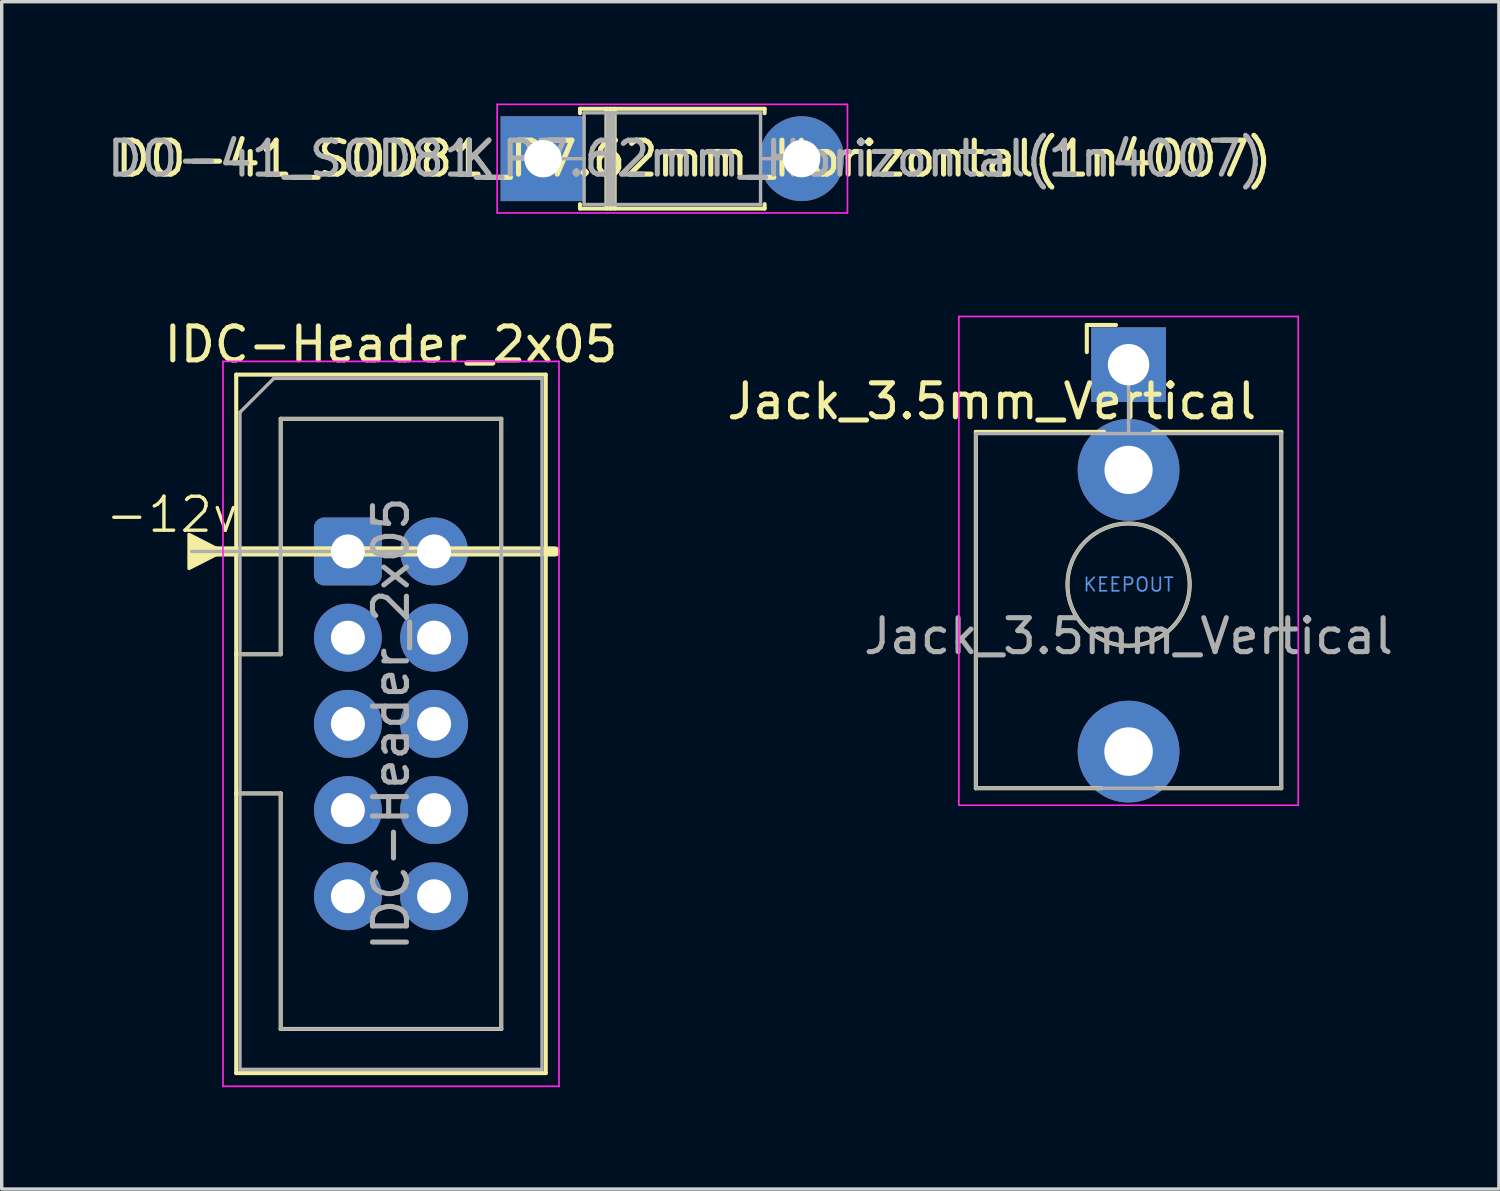
<source format=kicad_pcb>
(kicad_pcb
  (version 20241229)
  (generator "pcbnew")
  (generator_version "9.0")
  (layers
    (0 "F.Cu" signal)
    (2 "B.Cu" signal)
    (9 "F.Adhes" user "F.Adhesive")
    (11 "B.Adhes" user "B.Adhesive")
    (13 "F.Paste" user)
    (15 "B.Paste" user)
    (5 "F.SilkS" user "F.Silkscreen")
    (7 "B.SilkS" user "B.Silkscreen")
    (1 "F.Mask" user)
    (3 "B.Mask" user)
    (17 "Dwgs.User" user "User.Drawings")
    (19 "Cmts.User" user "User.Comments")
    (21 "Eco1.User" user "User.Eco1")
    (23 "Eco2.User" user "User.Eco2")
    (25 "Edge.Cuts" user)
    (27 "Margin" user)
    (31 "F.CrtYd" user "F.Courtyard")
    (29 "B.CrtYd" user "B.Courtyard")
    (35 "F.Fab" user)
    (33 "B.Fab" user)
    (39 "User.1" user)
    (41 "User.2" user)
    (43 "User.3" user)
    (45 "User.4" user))
  (footprint "Jack_3.5mm_Vertical"
    (layer "F.Cu")
    (at 30.202 14.175)
    (property "Reference" "Jack_3.5mm_Vertical" (at -4.03 -5.4 180) (layer "F.SilkS") (effects (font (size 1 1) (thickness 0.15))))
    (attr through_hole)
    (fp_line (start -4.5 -4.5) (end -4.5 6) (stroke (width 0.12) (type solid)) (layer "F.SilkS"))
    (fp_line (start -1.23 -7.65) (end -1.23 -6.85) (stroke (width 0.12) (type solid)) (layer "F.SilkS"))
    (fp_line (start -1.23 -7.65) (end -0.37 -7.65) (stroke (width 0.12) (type solid)) (layer "F.SilkS"))
    (fp_line (start -0.8 6) (end -4.5 6) (stroke (width 0.12) (type solid)) (layer "F.SilkS"))
    (fp_line (start -0.72 -4.5) (end -4.5 -4.5) (stroke (width 0.12) (type solid)) (layer "F.SilkS"))
    (fp_line (start 4.5 -4.5) (end 0.72 -4.5) (stroke (width 0.12) (type solid)) (layer "F.SilkS"))
    (fp_line (start 4.5 -4.5) (end 4.5 6) (stroke (width 0.12) (type solid)) (layer "F.SilkS"))
    (fp_line (start 4.5 6) (end 0.8 6) (stroke (width 0.12) (type solid)) (layer "F.SilkS"))
    (fp_circle (center 0 0) (end 1.8 0) (stroke (width 0.12) (type solid)) (fill no) (layer "F.SilkS"))
    (fp_line (start -5 6.5) (end -5 -7.9) (stroke (width 0.05) (type solid)) (layer "F.CrtYd"))
    (fp_line (start 5 -7.9) (end -5 -7.9) (stroke (width 0.05) (type solid)) (layer "F.CrtYd"))
    (fp_line (start 5 6.5) (end -5 6.5) (stroke (width 0.05) (type solid)) (layer "F.CrtYd"))
    (fp_line (start 5 6.5) (end 5 -7.9) (stroke (width 0.05) (type solid)) (layer "F.CrtYd"))
    (fp_line (start -4.5 6) (end -4.5 -4.4) (stroke (width 0.1) (type solid)) (layer "F.Fab"))
    (fp_line (start 0 -6.48) (end 0 -4.45) (stroke (width 0.1) (type solid)) (layer "F.Fab"))
    (fp_line (start 4.5 -4.45) (end -4.5 -4.45) (stroke (width 0.1) (type solid)) (layer "F.Fab"))
    (fp_line (start 4.5 6) (end -4.5 6) (stroke (width 0.1) (type solid)) (layer "F.Fab"))
    (fp_line (start 4.5 6) (end 4.5 -4.4) (stroke (width 0.1) (type solid)) (layer "F.Fab"))
    (fp_circle (center 0 0) (end 1.8 0) (stroke (width 0.1) (type solid)) (fill no) (layer "F.Fab"))
    (fp_text user "KEEPOUT" (at 0 0 0) (layer "Cmts.User") (effects (font (size 0.4 0.4) (thickness 0.051))))
    (fp_text user "${REFERENCE}" (at 0 1.52 180) (layer "F.Fab") (effects (font (size 1 1) (thickness 0.15))))
    (pad "S" thru_hole rect (at 0 -6.48 180) (size 2.2 2.2) (drill 1.22) (layers "*.Cu" "*.Mask"))
    (pad "T" thru_hole circle (at 0 4.92 180) (size 3 3) (drill 1.43) (layers "*.Cu" "*.Mask"))
    (pad "TN" thru_hole circle (at 0 -3.38 180) (size 3 3) (drill 1.42) (layers "*.Cu" "*.Mask"))
    (zone (net_name "") (layer "F.Cu") (hatch full 0.508) (connect_pads) (min_thickness 0.254) (filled_areas_thickness no) (keepout (tracks not_allowed) (vias not_allowed) (pads not_allowed) (copperpour not_allowed) (footprints not_allowed)) (placement (enabled no)) (fill) (polygon (pts (xy 31.708 14.175) (xy 31.687 13.929) (xy 31.627 13.69) (xy 31.529 13.464) (xy 31.395 13.257) (xy 31.229 13.074) (xy 31.035 12.921) (xy 30.819 12.802) (xy 30.587 12.72) (xy 30.344 12.677) (xy 30.097 12.674) (xy 29.854 12.711) (xy 29.619 12.787) (xy 29.4 12.901) (xy 29.203 13.049) (xy 29.033 13.228) (xy 28.894 13.432) (xy 28.79 13.655) (xy 28.724 13.893) (xy 28.698 14.138) (xy 28.712 14.384) (xy 28.766 14.625) (xy 28.859 14.854) (xy 28.988 15.064) (xy 29.149 15.25) (xy 29.339 15.408) (xy 29.552 15.532) (xy 29.782 15.62) (xy 30.024 15.67) (xy 30.271 15.679) (xy 30.515 15.647) (xy 30.752 15.576) (xy 30.973 15.468) (xy 31.174 15.325) (xy 31.349 15.151) (xy 31.493 14.95) (xy 31.602 14.729) (xy 31.674 14.493) (xy 31.706 14.249)))))
  (footprint "DO-41_SOD81_P7.62mm_Horizontal(1n4007)"
    (layer "F.Cu")
    (at 12.949 1.625)
    (property "Reference" "DO-41_SOD81_P7.62mm_Horizontal(1n4007)" (at 4.445 0 0) (layer "F.SilkS") (effects (font (size 1 1) (thickness 0.15))))
    (attr through_hole)
    (fp_line (start 1.09 -1.47) (end 6.53 -1.47) (stroke (width 0.12) (type solid)) (layer "F.SilkS"))
    (fp_line (start 1.09 -1.34) (end 1.09 -1.47) (stroke (width 0.12) (type solid)) (layer "F.SilkS"))
    (fp_line (start 1.09 1.34) (end 1.09 1.47) (stroke (width 0.12) (type solid)) (layer "F.SilkS"))
    (fp_line (start 1.09 1.47) (end 6.53 1.47) (stroke (width 0.12) (type solid)) (layer "F.SilkS"))
    (fp_line (start 1.87 -1.47) (end 1.87 1.47) (stroke (width 0.12) (type solid)) (layer "F.SilkS"))
    (fp_line (start 1.99 -1.47) (end 1.99 1.47) (stroke (width 0.12) (type solid)) (layer "F.SilkS"))
    (fp_line (start 2.11 -1.47) (end 2.11 1.47) (stroke (width 0.12) (type solid)) (layer "F.SilkS"))
    (fp_line (start 6.53 -1.47) (end 6.53 -1.34) (stroke (width 0.12) (type solid)) (layer "F.SilkS"))
    (fp_line (start 6.53 1.47) (end 6.53 1.34) (stroke (width 0.12) (type solid)) (layer "F.SilkS"))
    (fp_line (start -1.35 -1.6) (end -1.35 1.6) (stroke (width 0.05) (type solid)) (layer "F.CrtYd"))
    (fp_line (start -1.35 1.6) (end 8.97 1.6) (stroke (width 0.05) (type solid)) (layer "F.CrtYd"))
    (fp_line (start 8.97 -1.6) (end -1.35 -1.6) (stroke (width 0.05) (type solid)) (layer "F.CrtYd"))
    (fp_line (start 8.97 1.6) (end 8.97 -1.6) (stroke (width 0.05) (type solid)) (layer "F.CrtYd"))
    (fp_line (start 0 0) (end 1.21 0) (stroke (width 0.1) (type solid)) (layer "F.Fab"))
    (fp_line (start 1.21 -1.35) (end 1.21 1.35) (stroke (width 0.1) (type solid)) (layer "F.Fab"))
    (fp_line (start 1.21 1.35) (end 6.41 1.35) (stroke (width 0.1) (type solid)) (layer "F.Fab"))
    (fp_line (start 1.89 -1.35) (end 1.89 1.35) (stroke (width 0.1) (type solid)) (layer "F.Fab"))
    (fp_line (start 1.99 -1.35) (end 1.99 1.35) (stroke (width 0.1) (type solid)) (layer "F.Fab"))
    (fp_line (start 2.09 -1.35) (end 2.09 1.35) (stroke (width 0.1) (type solid)) (layer "F.Fab"))
    (fp_line (start 6.41 -1.35) (end 1.21 -1.35) (stroke (width 0.1) (type solid)) (layer "F.Fab"))
    (fp_line (start 6.41 1.35) (end 6.41 -1.35) (stroke (width 0.1) (type solid)) (layer "F.Fab"))
    (fp_line (start 7.62 0) (end 6.41 0) (stroke (width 0.1) (type solid)) (layer "F.Fab"))
    (fp_text user "K" (at -1.905 0 0) (layer "F.SilkS") (effects (font (size 1 1) (thickness 0.15))))
    (fp_text user "${REFERENCE}" (at 4.2 0 0) (layer "F.Fab") (effects (font (size 1 1) (thickness 0.15))))
    (fp_text user "K" (at -1.905 0 0) (layer "F.Fab") (effects (font (size 1 1) (thickness 0.15))))
    (pad "1" thru_hole rect (at 0 0) (size 2.5 2.5) (drill 1.1) (layers "*.Cu" "*.Mask"))
    (pad "2" thru_hole circle (at 7.62 0) (size 2.5 2.5) (drill 1.1) (layers "*.Cu" "*.Mask")))
  (footprint "IDC-Header_2x05"
    (layer "F.Cu")
    (at 7.2 13.198)
    (property "Reference" "IDC-Header_2x05" (at 1.27 -6.1 0) (layer "F.SilkS") (effects (font (size 1 1) (thickness 0.15))))
    (attr through_hole)
    (fp_line (start -4.5 0) (end 6.1 0) (stroke (width 0.3) (type default)) (layer "F.SilkS"))
    (fp_line (start -3.29 -5.21) (end 5.83 -5.21) (stroke (width 0.12) (type solid)) (layer "F.SilkS"))
    (fp_line (start -3.29 3.03) (end -1.98 3.03) (stroke (width 0.12) (type solid)) (layer "F.SilkS"))
    (fp_line (start -3.29 15.37) (end -3.29 -5.21) (stroke (width 0.12) (type solid)) (layer "F.SilkS"))
    (fp_line (start -1.98 -3.91) (end 4.52 -3.91) (stroke (width 0.12) (type solid)) (layer "F.SilkS"))
    (fp_line (start -1.98 3.03) (end -1.98 -3.91) (stroke (width 0.12) (type solid)) (layer "F.SilkS"))
    (fp_line (start -1.98 7.13) (end -3.29 7.13) (stroke (width 0.12) (type solid)) (layer "F.SilkS"))
    (fp_line (start -1.98 7.13) (end -1.98 7.13) (stroke (width 0.12) (type solid)) (layer "F.SilkS"))
    (fp_line (start -1.98 14.07) (end -1.98 7.13) (stroke (width 0.12) (type solid)) (layer "F.SilkS"))
    (fp_line (start 4.52 -3.91) (end 4.52 14.07) (stroke (width 0.12) (type solid)) (layer "F.SilkS"))
    (fp_line (start 4.52 14.07) (end -1.98 14.07) (stroke (width 0.12) (type solid)) (layer "F.SilkS"))
    (fp_line (start 5.83 -5.21) (end 5.83 15.37) (stroke (width 0.12) (type solid)) (layer "F.SilkS"))
    (fp_line (start 5.83 15.37) (end -3.29 15.37) (stroke (width 0.12) (type solid)) (layer "F.SilkS"))
    (fp_poly (pts (xy -3.7 0) (xy -4.68 -0.5) (xy -4.68 0.5)) (stroke (width 0.1) (type solid)) (fill yes) (layer "F.SilkS"))
    (fp_line (start -3.68 -5.6) (end -3.68 15.76) (stroke (width 0.05) (type solid)) (layer "F.CrtYd"))
    (fp_line (start -3.68 15.76) (end 6.22 15.76) (stroke (width 0.05) (type solid)) (layer "F.CrtYd"))
    (fp_line (start 6.22 -5.6) (end -3.68 -5.6) (stroke (width 0.05) (type solid)) (layer "F.CrtYd"))
    (fp_line (start 6.22 15.76) (end 6.22 -5.6) (stroke (width 0.05) (type solid)) (layer "F.CrtYd"))
    (fp_line (start -4.6 0) (end 5.7 0) (stroke (width 0.1) (type default)) (layer "F.Fab"))
    (fp_line (start -3.18 -4.1) (end -2.18 -5.1) (stroke (width 0.1) (type solid)) (layer "F.Fab"))
    (fp_line (start -3.18 3.03) (end -1.98 3.03) (stroke (width 0.1) (type solid)) (layer "F.Fab"))
    (fp_line (start -3.18 15.26) (end -3.18 -4.1) (stroke (width 0.1) (type solid)) (layer "F.Fab"))
    (fp_line (start -2.18 -5.1) (end 5.72 -5.1) (stroke (width 0.1) (type solid)) (layer "F.Fab"))
    (fp_line (start -1.98 -3.91) (end 4.52 -3.91) (stroke (width 0.1) (type solid)) (layer "F.Fab"))
    (fp_line (start -1.98 3.03) (end -1.98 -3.91) (stroke (width 0.1) (type solid)) (layer "F.Fab"))
    (fp_line (start -1.98 7.13) (end -3.18 7.13) (stroke (width 0.1) (type solid)) (layer "F.Fab"))
    (fp_line (start -1.98 7.13) (end -1.98 7.13) (stroke (width 0.1) (type solid)) (layer "F.Fab"))
    (fp_line (start -1.98 14.07) (end -1.98 7.13) (stroke (width 0.1) (type solid)) (layer "F.Fab"))
    (fp_line (start 4.52 -3.91) (end 4.52 14.07) (stroke (width 0.1) (type solid)) (layer "F.Fab"))
    (fp_line (start 4.52 14.07) (end -1.98 14.07) (stroke (width 0.1) (type solid)) (layer "F.Fab"))
    (fp_line (start 5.72 -5.1) (end 5.72 15.26) (stroke (width 0.1) (type solid)) (layer "F.Fab"))
    (fp_line (start 5.72 15.26) (end -3.18 15.26) (stroke (width 0.1) (type solid)) (layer "F.Fab"))
    (fp_text user "-12v" (at -7.2 -0.5 0) (unlocked yes) (layer "F.SilkS") (effects (font (size 1 1) (thickness 0.1)) (justify left bottom)))
    (fp_text user "${REFERENCE}" (at 1.27 5.08 90) (layer "F.Fab") (effects (font (size 1 1) (thickness 0.15))))
    (pad "1" thru_hole roundrect (at 0 0) (size 2 2) (drill 1) (layers "*.Cu" "*.Mask") (roundrect_rratio 0.147))
    (pad "2" thru_hole circle (at 2.54 0) (size 2 2) (drill 1) (layers "*.Cu" "*.Mask"))
    (pad "3" thru_hole circle (at 0 2.54) (size 2 2) (drill 1) (layers "*.Cu" "*.Mask"))
    (pad "4" thru_hole circle (at 2.54 2.54) (size 2 2) (drill 1) (layers "*.Cu" "*.Mask"))
    (pad "5" thru_hole circle (at 0 5.08) (size 2 2) (drill 1) (layers "*.Cu" "*.Mask"))
    (pad "6" thru_hole circle (at 2.54 5.08) (size 2 2) (drill 1) (layers "*.Cu" "*.Mask"))
    (pad "7" thru_hole circle (at 0 7.62) (size 2 2) (drill 1) (layers "*.Cu" "*.Mask"))
    (pad "8" thru_hole circle (at 2.54 7.62) (size 2 2) (drill 1) (layers "*.Cu" "*.Mask"))
    (pad "9" thru_hole circle (at 0 10.16) (size 2 2) (drill 1) (layers "*.Cu" "*.Mask"))
    (pad "10" thru_hole circle (at 2.54 10.16) (size 2 2) (drill 1) (layers "*.Cu" "*.Mask")))
  (gr_rect
    (start -3 -3)
    (end 41.113 31.983)
    (stroke (width 0.1) (type default))
    (fill no)
    (layer "Edge.Cuts")))
</source>
